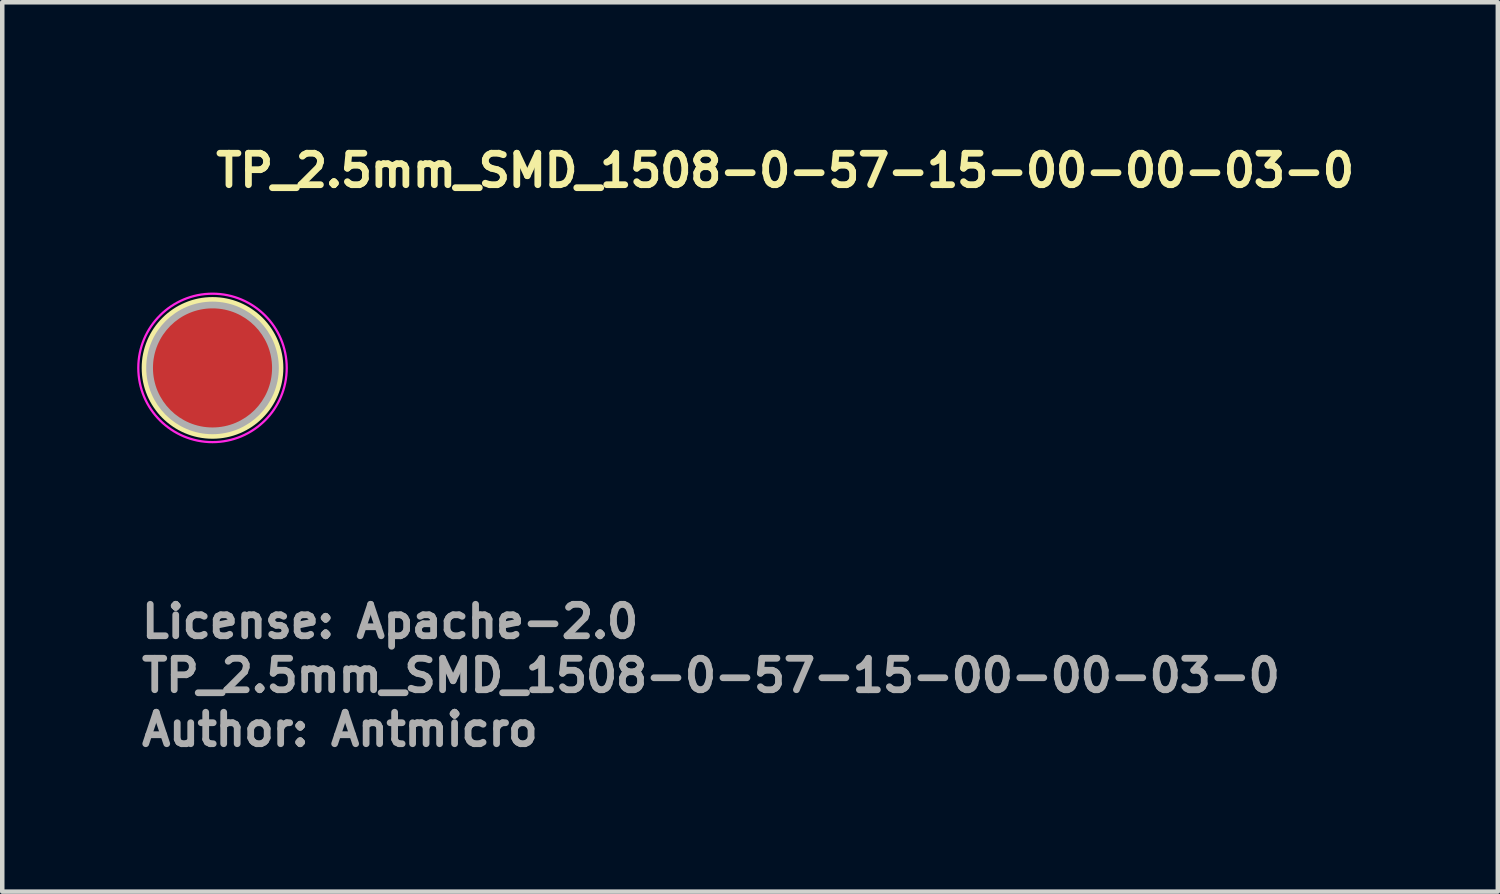
<source format=kicad_pcb>
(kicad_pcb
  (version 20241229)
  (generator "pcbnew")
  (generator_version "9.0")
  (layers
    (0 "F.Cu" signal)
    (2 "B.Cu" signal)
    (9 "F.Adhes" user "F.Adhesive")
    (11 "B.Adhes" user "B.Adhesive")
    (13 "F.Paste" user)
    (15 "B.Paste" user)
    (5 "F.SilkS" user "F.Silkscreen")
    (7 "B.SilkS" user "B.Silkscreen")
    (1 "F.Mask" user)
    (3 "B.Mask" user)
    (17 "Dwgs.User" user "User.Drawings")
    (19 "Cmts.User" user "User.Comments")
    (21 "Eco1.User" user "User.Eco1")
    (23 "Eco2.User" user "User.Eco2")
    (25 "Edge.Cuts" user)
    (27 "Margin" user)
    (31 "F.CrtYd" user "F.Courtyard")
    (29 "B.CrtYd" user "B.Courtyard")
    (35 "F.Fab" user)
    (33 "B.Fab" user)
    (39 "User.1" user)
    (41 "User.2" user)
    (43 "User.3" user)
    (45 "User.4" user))
  (footprint "TP_2.5mm_SMD_1508-0-57-15-00-00-03-0"
    (layer "F.Cu")
    (at 1.675 5.13)
    (property "Reference" "TP_2.5mm_SMD_1508-0-57-15-00-00-03-0" (at 0 -3.98 0) (layer "F.SilkS") (effects (font (size 0.7 0.7) (thickness 0.15)) (justify left bottom)))
    (attr smd)
    (fp_circle (center 0 0) (end 1.5 0) (stroke (width 0.15) (type solid)) (fill no) (layer "F.SilkS"))
    (fp_circle (center 0 0) (end 1.65 0) (stroke (width 0.05) (type solid)) (fill no) (layer "F.CrtYd"))
    (fp_circle (center 0 0) (end 1.399 0) (stroke (width 0.15) (type solid)) (fill no) (layer "F.Fab"))
    (fp_line (start -1.27 0) (end -1.27 0) (stroke (width 0.02) (type solid)) (layer "User.9"))
    (fp_line (start -1.27 0) (end -1.268 0.065) (stroke (width 0.02) (type solid)) (layer "User.9"))
    (fp_line (start -1.268 -0.065) (end -1.27 0) (stroke (width 0.02) (type solid)) (layer "User.9"))
    (fp_line (start -1.268 0.065) (end -1.263 0.129) (stroke (width 0.02) (type solid)) (layer "User.9"))
    (fp_line (start -1.263 -0.129) (end -1.268 -0.065) (stroke (width 0.02) (type solid)) (layer "User.9"))
    (fp_line (start -1.263 0.129) (end -1.255 0.193) (stroke (width 0.02) (type solid)) (layer "User.9"))
    (fp_line (start -1.255 -0.193) (end -1.263 -0.129) (stroke (width 0.02) (type solid)) (layer "User.9"))
    (fp_line (start -1.255 0.193) (end -1.244 0.255) (stroke (width 0.02) (type solid)) (layer "User.9"))
    (fp_line (start -1.244 -0.255) (end -1.255 -0.193) (stroke (width 0.02) (type solid)) (layer "User.9"))
    (fp_line (start -1.244 0.255) (end -1.23 0.317) (stroke (width 0.02) (type solid)) (layer "User.9"))
    (fp_line (start -1.23 -0.317) (end -1.244 -0.255) (stroke (width 0.02) (type solid)) (layer "User.9"))
    (fp_line (start -1.23 0.317) (end -1.212 0.377) (stroke (width 0.02) (type solid)) (layer "User.9"))
    (fp_line (start -1.212 -0.377) (end -1.23 -0.317) (stroke (width 0.02) (type solid)) (layer "User.9"))
    (fp_line (start -1.212 0.377) (end -1.192 0.436) (stroke (width 0.02) (type solid)) (layer "User.9"))
    (fp_line (start -1.192 -0.436) (end -1.212 -0.377) (stroke (width 0.02) (type solid)) (layer "User.9"))
    (fp_line (start -1.192 0.436) (end -1.17 0.494) (stroke (width 0.02) (type solid)) (layer "User.9"))
    (fp_line (start -1.17 -0.494) (end -1.192 -0.436) (stroke (width 0.02) (type solid)) (layer "User.9"))
    (fp_line (start -1.17 0.494) (end -1.144 0.55) (stroke (width 0.02) (type solid)) (layer "User.9"))
    (fp_line (start -1.144 -0.55) (end -1.17 -0.494) (stroke (width 0.02) (type solid)) (layer "User.9"))
    (fp_line (start -1.144 0.55) (end -1.116 0.605) (stroke (width 0.02) (type solid)) (layer "User.9"))
    (fp_line (start -1.116 -0.605) (end -1.144 -0.55) (stroke (width 0.02) (type solid)) (layer "User.9"))
    (fp_line (start -1.116 0.605) (end -1.086 0.658) (stroke (width 0.02) (type solid)) (layer "User.9"))
    (fp_line (start -1.086 -0.658) (end -1.116 -0.605) (stroke (width 0.02) (type solid)) (layer "User.9"))
    (fp_line (start -1.086 0.658) (end -1.053 0.71) (stroke (width 0.02) (type solid)) (layer "User.9"))
    (fp_line (start -1.053 -0.71) (end -1.086 -0.658) (stroke (width 0.02) (type solid)) (layer "User.9"))
    (fp_line (start -1.053 0.71) (end -1.017 0.759) (stroke (width 0.02) (type solid)) (layer "User.9"))
    (fp_line (start -1.017 -0.759) (end -1.053 -0.71) (stroke (width 0.02) (type solid)) (layer "User.9"))
    (fp_line (start -1.017 0.759) (end -0.979 0.807) (stroke (width 0.02) (type solid)) (layer "User.9"))
    (fp_line (start -0.979 -0.807) (end -1.017 -0.759) (stroke (width 0.02) (type solid)) (layer "User.9"))
    (fp_line (start -0.979 0.807) (end -0.94 0.853) (stroke (width 0.02) (type solid)) (layer "User.9"))
    (fp_line (start -0.94 -0.853) (end -0.979 -0.807) (stroke (width 0.02) (type solid)) (layer "User.9"))
    (fp_line (start -0.94 0.853) (end -0.898 0.898) (stroke (width 0.02) (type solid)) (layer "User.9"))
    (fp_line (start -0.898 -0.898) (end -0.94 -0.853) (stroke (width 0.02) (type solid)) (layer "User.9"))
    (fp_line (start -0.898 0.898) (end -0.853 0.94) (stroke (width 0.02) (type solid)) (layer "User.9"))
    (fp_line (start -0.853 -0.94) (end -0.898 -0.898) (stroke (width 0.02) (type solid)) (layer "User.9"))
    (fp_line (start -0.853 0.94) (end -0.807 0.979) (stroke (width 0.02) (type solid)) (layer "User.9"))
    (fp_line (start -0.807 -0.979) (end -0.853 -0.94) (stroke (width 0.02) (type solid)) (layer "User.9"))
    (fp_line (start -0.807 0.979) (end -0.759 1.017) (stroke (width 0.02) (type solid)) (layer "User.9"))
    (fp_line (start -0.759 -1.017) (end -0.807 -0.979) (stroke (width 0.02) (type solid)) (layer "User.9"))
    (fp_line (start -0.759 1.017) (end -0.71 1.053) (stroke (width 0.02) (type solid)) (layer "User.9"))
    (fp_line (start -0.71 -1.053) (end -0.759 -1.017) (stroke (width 0.02) (type solid)) (layer "User.9"))
    (fp_line (start -0.71 1.053) (end -0.658 1.086) (stroke (width 0.02) (type solid)) (layer "User.9"))
    (fp_line (start -0.658 -1.086) (end -0.71 -1.053) (stroke (width 0.02) (type solid)) (layer "User.9"))
    (fp_line (start -0.658 1.086) (end -0.605 1.116) (stroke (width 0.02) (type solid)) (layer "User.9"))
    (fp_line (start -0.605 -1.116) (end -0.658 -1.086) (stroke (width 0.02) (type solid)) (layer "User.9"))
    (fp_line (start -0.605 1.116) (end -0.55 1.144) (stroke (width 0.02) (type solid)) (layer "User.9"))
    (fp_line (start -0.55 -1.144) (end -0.605 -1.116) (stroke (width 0.02) (type solid)) (layer "User.9"))
    (fp_line (start -0.55 1.144) (end -0.494 1.17) (stroke (width 0.02) (type solid)) (layer "User.9"))
    (fp_line (start -0.494 -1.17) (end -0.55 -1.144) (stroke (width 0.02) (type solid)) (layer "User.9"))
    (fp_line (start -0.494 1.17) (end -0.436 1.192) (stroke (width 0.02) (type solid)) (layer "User.9"))
    (fp_line (start -0.46 0) (end -0.46 0) (stroke (width 0.02) (type solid)) (layer "User.9"))
    (fp_line (start -0.46 0) (end -0.459 0.023) (stroke (width 0.02) (type solid)) (layer "User.9"))
    (fp_line (start -0.459 -0.023) (end -0.46 0) (stroke (width 0.02) (type solid)) (layer "User.9"))
    (fp_line (start -0.459 0.023) (end -0.457 0.047) (stroke (width 0.02) (type solid)) (layer "User.9"))
    (fp_line (start -0.457 -0.047) (end -0.459 -0.023) (stroke (width 0.02) (type solid)) (layer "User.9"))
    (fp_line (start -0.457 0.047) (end -0.454 0.07) (stroke (width 0.02) (type solid)) (layer "User.9"))
    (fp_line (start -0.454 -0.07) (end -0.457 -0.047) (stroke (width 0.02) (type solid)) (layer "User.9"))
    (fp_line (start -0.454 0.07) (end -0.45 0.092) (stroke (width 0.02) (type solid)) (layer "User.9"))
    (fp_line (start -0.45 -0.092) (end -0.454 -0.07) (stroke (width 0.02) (type solid)) (layer "User.9"))
    (fp_line (start -0.45 0.092) (end -0.445 0.114) (stroke (width 0.02) (type solid)) (layer "User.9"))
    (fp_line (start -0.445 -0.114) (end -0.45 -0.092) (stroke (width 0.02) (type solid)) (layer "User.9"))
    (fp_line (start -0.445 0.114) (end -0.439 0.136) (stroke (width 0.02) (type solid)) (layer "User.9"))
    (fp_line (start -0.439 -0.136) (end -0.445 -0.114) (stroke (width 0.02) (type solid)) (layer "User.9"))
    (fp_line (start -0.439 0.136) (end -0.432 0.158) (stroke (width 0.02) (type solid)) (layer "User.9"))
    (fp_line (start -0.436 -1.192) (end -0.494 -1.17) (stroke (width 0.02) (type solid)) (layer "User.9"))
    (fp_line (start -0.436 1.192) (end -0.377 1.212) (stroke (width 0.02) (type solid)) (layer "User.9"))
    (fp_line (start -0.432 -0.158) (end -0.439 -0.136) (stroke (width 0.02) (type solid)) (layer "User.9"))
    (fp_line (start -0.432 0.158) (end -0.423 0.179) (stroke (width 0.02) (type solid)) (layer "User.9"))
    (fp_line (start -0.423 -0.179) (end -0.432 -0.158) (stroke (width 0.02) (type solid)) (layer "User.9"))
    (fp_line (start -0.423 0.179) (end -0.414 0.199) (stroke (width 0.02) (type solid)) (layer "User.9"))
    (fp_line (start -0.414 -0.199) (end -0.423 -0.179) (stroke (width 0.02) (type solid)) (layer "User.9"))
    (fp_line (start -0.414 0.199) (end -0.404 0.219) (stroke (width 0.02) (type solid)) (layer "User.9"))
    (fp_line (start -0.404 -0.219) (end -0.414 -0.199) (stroke (width 0.02) (type solid)) (layer "User.9"))
    (fp_line (start -0.404 0.219) (end -0.393 0.238) (stroke (width 0.02) (type solid)) (layer "User.9"))
    (fp_line (start -0.393 -0.238) (end -0.404 -0.219) (stroke (width 0.02) (type solid)) (layer "User.9"))
    (fp_line (start -0.393 0.238) (end -0.381 0.257) (stroke (width 0.02) (type solid)) (layer "User.9"))
    (fp_line (start -0.381 -0.257) (end -0.393 -0.238) (stroke (width 0.02) (type solid)) (layer "User.9"))
    (fp_line (start -0.381 0.257) (end -0.368 0.275) (stroke (width 0.02) (type solid)) (layer "User.9"))
    (fp_line (start -0.377 -1.212) (end -0.436 -1.192) (stroke (width 0.02) (type solid)) (layer "User.9"))
    (fp_line (start -0.377 1.212) (end -0.317 1.23) (stroke (width 0.02) (type solid)) (layer "User.9"))
    (fp_line (start -0.368 -0.275) (end -0.381 -0.257) (stroke (width 0.02) (type solid)) (layer "User.9"))
    (fp_line (start -0.368 0.275) (end -0.354 0.292) (stroke (width 0.02) (type solid)) (layer "User.9"))
    (fp_line (start -0.354 -0.292) (end -0.368 -0.275) (stroke (width 0.02) (type solid)) (layer "User.9"))
    (fp_line (start -0.354 0.292) (end -0.34 0.309) (stroke (width 0.02) (type solid)) (layer "User.9"))
    (fp_line (start -0.34 -0.309) (end -0.354 -0.292) (stroke (width 0.02) (type solid)) (layer "User.9"))
    (fp_line (start -0.34 0.309) (end -0.325 0.325) (stroke (width 0.02) (type solid)) (layer "User.9"))
    (fp_line (start -0.325 -0.325) (end -0.34 -0.309) (stroke (width 0.02) (type solid)) (layer "User.9"))
    (fp_line (start -0.325 0.325) (end -0.309 0.34) (stroke (width 0.02) (type solid)) (layer "User.9"))
    (fp_line (start -0.317 -1.23) (end -0.377 -1.212) (stroke (width 0.02) (type solid)) (layer "User.9"))
    (fp_line (start -0.317 1.23) (end -0.255 1.244) (stroke (width 0.02) (type solid)) (layer "User.9"))
    (fp_line (start -0.309 -0.34) (end -0.325 -0.325) (stroke (width 0.02) (type solid)) (layer "User.9"))
    (fp_line (start -0.309 0.34) (end -0.292 0.354) (stroke (width 0.02) (type solid)) (layer "User.9"))
    (fp_line (start -0.292 -0.354) (end -0.309 -0.34) (stroke (width 0.02) (type solid)) (layer "User.9"))
    (fp_line (start -0.292 0.354) (end -0.275 0.368) (stroke (width 0.02) (type solid)) (layer "User.9"))
    (fp_line (start -0.275 -0.368) (end -0.292 -0.354) (stroke (width 0.02) (type solid)) (layer "User.9"))
    (fp_line (start -0.275 0.368) (end -0.257 0.381) (stroke (width 0.02) (type solid)) (layer "User.9"))
    (fp_line (start -0.257 -0.381) (end -0.275 -0.368) (stroke (width 0.02) (type solid)) (layer "User.9"))
    (fp_line (start -0.257 0.381) (end -0.238 0.393) (stroke (width 0.02) (type solid)) (layer "User.9"))
    (fp_line (start -0.255 -1.244) (end -0.317 -1.23) (stroke (width 0.02) (type solid)) (layer "User.9"))
    (fp_line (start -0.255 1.244) (end -0.193 1.255) (stroke (width 0.02) (type solid)) (layer "User.9"))
    (fp_line (start -0.238 -0.393) (end -0.257 -0.381) (stroke (width 0.02) (type solid)) (layer "User.9"))
    (fp_line (start -0.238 0.393) (end -0.219 0.404) (stroke (width 0.02) (type solid)) (layer "User.9"))
    (fp_line (start -0.219 -0.404) (end -0.238 -0.393) (stroke (width 0.02) (type solid)) (layer "User.9"))
    (fp_line (start -0.219 0.404) (end -0.199 0.414) (stroke (width 0.02) (type solid)) (layer "User.9"))
    (fp_line (start -0.199 -0.414) (end -0.219 -0.404) (stroke (width 0.02) (type solid)) (layer "User.9"))
    (fp_line (start -0.199 0.414) (end -0.179 0.423) (stroke (width 0.02) (type solid)) (layer "User.9"))
    (fp_line (start -0.193 -1.255) (end -0.255 -1.244) (stroke (width 0.02) (type solid)) (layer "User.9"))
    (fp_line (start -0.193 1.255) (end -0.129 1.263) (stroke (width 0.02) (type solid)) (layer "User.9"))
    (fp_line (start -0.179 -0.423) (end -0.199 -0.414) (stroke (width 0.02) (type solid)) (layer "User.9"))
    (fp_line (start -0.179 0.423) (end -0.158 0.432) (stroke (width 0.02) (type solid)) (layer "User.9"))
    (fp_line (start -0.158 -0.432) (end -0.179 -0.423) (stroke (width 0.02) (type solid)) (layer "User.9"))
    (fp_line (start -0.158 0.432) (end -0.136 0.439) (stroke (width 0.02) (type solid)) (layer "User.9"))
    (fp_line (start -0.136 -0.439) (end -0.158 -0.432) (stroke (width 0.02) (type solid)) (layer "User.9"))
    (fp_line (start -0.136 0.439) (end -0.114 0.445) (stroke (width 0.02) (type solid)) (layer "User.9"))
    (fp_line (start -0.129 -1.263) (end -0.193 -1.255) (stroke (width 0.02) (type solid)) (layer "User.9"))
    (fp_line (start -0.129 1.263) (end -0.065 1.268) (stroke (width 0.02) (type solid)) (layer "User.9"))
    (fp_line (start -0.114 -0.445) (end -0.136 -0.439) (stroke (width 0.02) (type solid)) (layer "User.9"))
    (fp_line (start -0.114 0.445) (end -0.092 0.45) (stroke (width 0.02) (type solid)) (layer "User.9"))
    (fp_line (start -0.092 -0.45) (end -0.114 -0.445) (stroke (width 0.02) (type solid)) (layer "User.9"))
    (fp_line (start -0.092 0.45) (end -0.07 0.454) (stroke (width 0.02) (type solid)) (layer "User.9"))
    (fp_line (start -0.07 -0.454) (end -0.092 -0.45) (stroke (width 0.02) (type solid)) (layer "User.9"))
    (fp_line (start -0.07 0.454) (end -0.047 0.457) (stroke (width 0.02) (type solid)) (layer "User.9"))
    (fp_line (start -0.065 -1.268) (end -0.129 -1.263) (stroke (width 0.02) (type solid)) (layer "User.9"))
    (fp_line (start -0.065 1.268) (end 0 1.27) (stroke (width 0.02) (type solid)) (layer "User.9"))
    (fp_line (start -0.047 -0.457) (end -0.07 -0.454) (stroke (width 0.02) (type solid)) (layer "User.9"))
    (fp_line (start -0.047 0.457) (end -0.023 0.459) (stroke (width 0.02) (type solid)) (layer "User.9"))
    (fp_line (start -0.023 -0.459) (end -0.047 -0.457) (stroke (width 0.02) (type solid)) (layer "User.9"))
    (fp_line (start -0.023 0.459) (end 0 0.46) (stroke (width 0.02) (type solid)) (layer "User.9"))
    (fp_line (start 0 -1.27) (end -0.065 -1.268) (stroke (width 0.02) (type solid)) (layer "User.9"))
    (fp_line (start 0 -1.27) (end 0 -1.27) (stroke (width 0.02) (type solid)) (layer "User.9"))
    (fp_line (start 0 -0.46) (end -0.023 -0.459) (stroke (width 0.02) (type solid)) (layer "User.9"))
    (fp_line (start 0 -0.46) (end 0 -0.46) (stroke (width 0.02) (type solid)) (layer "User.9"))
    (fp_line (start 0 0.46) (end 0 0.46) (stroke (width 0.02) (type solid)) (layer "User.9"))
    (fp_line (start 0 0.46) (end 0.023 0.459) (stroke (width 0.02) (type solid)) (layer "User.9"))
    (fp_line (start 0 1.27) (end 0 1.27) (stroke (width 0.02) (type solid)) (layer "User.9"))
    (fp_line (start 0 1.27) (end 0.065 1.268) (stroke (width 0.02) (type solid)) (layer "User.9"))
    (fp_line (start 0.023 -0.459) (end 0 -0.46) (stroke (width 0.02) (type solid)) (layer "User.9"))
    (fp_line (start 0.023 0.459) (end 0.047 0.457) (stroke (width 0.02) (type solid)) (layer "User.9"))
    (fp_line (start 0.047 -0.457) (end 0.023 -0.459) (stroke (width 0.02) (type solid)) (layer "User.9"))
    (fp_line (start 0.047 0.457) (end 0.07 0.454) (stroke (width 0.02) (type solid)) (layer "User.9"))
    (fp_line (start 0.065 -1.268) (end 0 -1.27) (stroke (width 0.02) (type solid)) (layer "User.9"))
    (fp_line (start 0.065 1.268) (end 0.129 1.263) (stroke (width 0.02) (type solid)) (layer "User.9"))
    (fp_line (start 0.07 -0.454) (end 0.047 -0.457) (stroke (width 0.02) (type solid)) (layer "User.9"))
    (fp_line (start 0.07 0.454) (end 0.092 0.45) (stroke (width 0.02) (type solid)) (layer "User.9"))
    (fp_line (start 0.092 -0.45) (end 0.07 -0.454) (stroke (width 0.02) (type solid)) (layer "User.9"))
    (fp_line (start 0.092 0.45) (end 0.114 0.445) (stroke (width 0.02) (type solid)) (layer "User.9"))
    (fp_line (start 0.114 -0.445) (end 0.092 -0.45) (stroke (width 0.02) (type solid)) (layer "User.9"))
    (fp_line (start 0.114 0.445) (end 0.136 0.439) (stroke (width 0.02) (type solid)) (layer "User.9"))
    (fp_line (start 0.129 -1.263) (end 0.065 -1.268) (stroke (width 0.02) (type solid)) (layer "User.9"))
    (fp_line (start 0.129 1.263) (end 0.193 1.255) (stroke (width 0.02) (type solid)) (layer "User.9"))
    (fp_line (start 0.136 -0.439) (end 0.114 -0.445) (stroke (width 0.02) (type solid)) (layer "User.9"))
    (fp_line (start 0.136 0.439) (end 0.158 0.432) (stroke (width 0.02) (type solid)) (layer "User.9"))
    (fp_line (start 0.158 -0.432) (end 0.136 -0.439) (stroke (width 0.02) (type solid)) (layer "User.9"))
    (fp_line (start 0.158 0.432) (end 0.179 0.423) (stroke (width 0.02) (type solid)) (layer "User.9"))
    (fp_line (start 0.179 -0.423) (end 0.158 -0.432) (stroke (width 0.02) (type solid)) (layer "User.9"))
    (fp_line (start 0.179 0.423) (end 0.199 0.414) (stroke (width 0.02) (type solid)) (layer "User.9"))
    (fp_line (start 0.193 -1.255) (end 0.129 -1.263) (stroke (width 0.02) (type solid)) (layer "User.9"))
    (fp_line (start 0.193 1.255) (end 0.255 1.244) (stroke (width 0.02) (type solid)) (layer "User.9"))
    (fp_line (start 0.199 -0.414) (end 0.179 -0.423) (stroke (width 0.02) (type solid)) (layer "User.9"))
    (fp_line (start 0.199 0.414) (end 0.219 0.404) (stroke (width 0.02) (type solid)) (layer "User.9"))
    (fp_line (start 0.219 -0.404) (end 0.199 -0.414) (stroke (width 0.02) (type solid)) (layer "User.9"))
    (fp_line (start 0.219 0.404) (end 0.238 0.393) (stroke (width 0.02) (type solid)) (layer "User.9"))
    (fp_line (start 0.238 -0.393) (end 0.219 -0.404) (stroke (width 0.02) (type solid)) (layer "User.9"))
    (fp_line (start 0.238 0.393) (end 0.257 0.381) (stroke (width 0.02) (type solid)) (layer "User.9"))
    (fp_line (start 0.255 -1.244) (end 0.193 -1.255) (stroke (width 0.02) (type solid)) (layer "User.9"))
    (fp_line (start 0.255 1.244) (end 0.317 1.23) (stroke (width 0.02) (type solid)) (layer "User.9"))
    (fp_line (start 0.257 -0.381) (end 0.238 -0.393) (stroke (width 0.02) (type solid)) (layer "User.9"))
    (fp_line (start 0.257 0.381) (end 0.275 0.368) (stroke (width 0.02) (type solid)) (layer "User.9"))
    (fp_line (start 0.275 -0.368) (end 0.257 -0.381) (stroke (width 0.02) (type solid)) (layer "User.9"))
    (fp_line (start 0.275 0.368) (end 0.292 0.354) (stroke (width 0.02) (type solid)) (layer "User.9"))
    (fp_line (start 0.292 -0.354) (end 0.275 -0.368) (stroke (width 0.02) (type solid)) (layer "User.9"))
    (fp_line (start 0.292 0.354) (end 0.309 0.34) (stroke (width 0.02) (type solid)) (layer "User.9"))
    (fp_line (start 0.309 -0.34) (end 0.292 -0.354) (stroke (width 0.02) (type solid)) (layer "User.9"))
    (fp_line (start 0.309 0.34) (end 0.325 0.325) (stroke (width 0.02) (type solid)) (layer "User.9"))
    (fp_line (start 0.317 -1.23) (end 0.255 -1.244) (stroke (width 0.02) (type solid)) (layer "User.9"))
    (fp_line (start 0.317 1.23) (end 0.377 1.212) (stroke (width 0.02) (type solid)) (layer "User.9"))
    (fp_line (start 0.325 -0.325) (end 0.309 -0.34) (stroke (width 0.02) (type solid)) (layer "User.9"))
    (fp_line (start 0.325 0.325) (end 0.34 0.309) (stroke (width 0.02) (type solid)) (layer "User.9"))
    (fp_line (start 0.34 -0.309) (end 0.325 -0.325) (stroke (width 0.02) (type solid)) (layer "User.9"))
    (fp_line (start 0.34 0.309) (end 0.354 0.292) (stroke (width 0.02) (type solid)) (layer "User.9"))
    (fp_line (start 0.354 -0.292) (end 0.34 -0.309) (stroke (width 0.02) (type solid)) (layer "User.9"))
    (fp_line (start 0.354 0.292) (end 0.368 0.275) (stroke (width 0.02) (type solid)) (layer "User.9"))
    (fp_line (start 0.368 -0.275) (end 0.354 -0.292) (stroke (width 0.02) (type solid)) (layer "User.9"))
    (fp_line (start 0.368 0.275) (end 0.381 0.257) (stroke (width 0.02) (type solid)) (layer "User.9"))
    (fp_line (start 0.377 -1.212) (end 0.317 -1.23) (stroke (width 0.02) (type solid)) (layer "User.9"))
    (fp_line (start 0.377 1.212) (end 0.436 1.192) (stroke (width 0.02) (type solid)) (layer "User.9"))
    (fp_line (start 0.381 -0.257) (end 0.368 -0.275) (stroke (width 0.02) (type solid)) (layer "User.9"))
    (fp_line (start 0.381 0.257) (end 0.393 0.238) (stroke (width 0.02) (type solid)) (layer "User.9"))
    (fp_line (start 0.393 -0.238) (end 0.381 -0.257) (stroke (width 0.02) (type solid)) (layer "User.9"))
    (fp_line (start 0.393 0.238) (end 0.404 0.219) (stroke (width 0.02) (type solid)) (layer "User.9"))
    (fp_line (start 0.404 -0.219) (end 0.393 -0.238) (stroke (width 0.02) (type solid)) (layer "User.9"))
    (fp_line (start 0.404 0.219) (end 0.414 0.199) (stroke (width 0.02) (type solid)) (layer "User.9"))
    (fp_line (start 0.414 -0.199) (end 0.404 -0.219) (stroke (width 0.02) (type solid)) (layer "User.9"))
    (fp_line (start 0.414 0.199) (end 0.423 0.179) (stroke (width 0.02) (type solid)) (layer "User.9"))
    (fp_line (start 0.423 -0.179) (end 0.414 -0.199) (stroke (width 0.02) (type solid)) (layer "User.9"))
    (fp_line (start 0.423 0.179) (end 0.432 0.158) (stroke (width 0.02) (type solid)) (layer "User.9"))
    (fp_line (start 0.432 -0.158) (end 0.423 -0.179) (stroke (width 0.02) (type solid)) (layer "User.9"))
    (fp_line (start 0.432 0.158) (end 0.439 0.136) (stroke (width 0.02) (type solid)) (layer "User.9"))
    (fp_line (start 0.436 -1.192) (end 0.377 -1.212) (stroke (width 0.02) (type solid)) (layer "User.9"))
    (fp_line (start 0.436 1.192) (end 0.494 1.17) (stroke (width 0.02) (type solid)) (layer "User.9"))
    (fp_line (start 0.439 -0.136) (end 0.432 -0.158) (stroke (width 0.02) (type solid)) (layer "User.9"))
    (fp_line (start 0.439 0.136) (end 0.445 0.114) (stroke (width 0.02) (type solid)) (layer "User.9"))
    (fp_line (start 0.445 -0.114) (end 0.439 -0.136) (stroke (width 0.02) (type solid)) (layer "User.9"))
    (fp_line (start 0.445 0.114) (end 0.45 0.092) (stroke (width 0.02) (type solid)) (layer "User.9"))
    (fp_line (start 0.45 -0.092) (end 0.445 -0.114) (stroke (width 0.02) (type solid)) (layer "User.9"))
    (fp_line (start 0.45 0.092) (end 0.454 0.07) (stroke (width 0.02) (type solid)) (layer "User.9"))
    (fp_line (start 0.454 -0.07) (end 0.45 -0.092) (stroke (width 0.02) (type solid)) (layer "User.9"))
    (fp_line (start 0.454 0.07) (end 0.457 0.047) (stroke (width 0.02) (type solid)) (layer "User.9"))
    (fp_line (start 0.457 -0.047) (end 0.454 -0.07) (stroke (width 0.02) (type solid)) (layer "User.9"))
    (fp_line (start 0.457 0.047) (end 0.459 0.023) (stroke (width 0.02) (type solid)) (layer "User.9"))
    (fp_line (start 0.459 -0.023) (end 0.457 -0.047) (stroke (width 0.02) (type solid)) (layer "User.9"))
    (fp_line (start 0.459 0.023) (end 0.46 0) (stroke (width 0.02) (type solid)) (layer "User.9"))
    (fp_line (start 0.46 0) (end 0.459 -0.023) (stroke (width 0.02) (type solid)) (layer "User.9"))
    (fp_line (start 0.46 0) (end 0.46 0) (stroke (width 0.02) (type solid)) (layer "User.9"))
    (fp_line (start 0.46 0) (end 0.46 0) (stroke (width 0.02) (type solid)) (layer "User.9"))
    (fp_line (start 0.494 -1.17) (end 0.436 -1.192) (stroke (width 0.02) (type solid)) (layer "User.9"))
    (fp_line (start 0.494 1.17) (end 0.55 1.144) (stroke (width 0.02) (type solid)) (layer "User.9"))
    (fp_line (start 0.55 -1.144) (end 0.494 -1.17) (stroke (width 0.02) (type solid)) (layer "User.9"))
    (fp_line (start 0.55 1.144) (end 0.605 1.116) (stroke (width 0.02) (type solid)) (layer "User.9"))
    (fp_line (start 0.605 -1.116) (end 0.55 -1.144) (stroke (width 0.02) (type solid)) (layer "User.9"))
    (fp_line (start 0.605 1.116) (end 0.658 1.086) (stroke (width 0.02) (type solid)) (layer "User.9"))
    (fp_line (start 0.658 -1.086) (end 0.605 -1.116) (stroke (width 0.02) (type solid)) (layer "User.9"))
    (fp_line (start 0.658 1.086) (end 0.71 1.053) (stroke (width 0.02) (type solid)) (layer "User.9"))
    (fp_line (start 0.71 -1.053) (end 0.658 -1.086) (stroke (width 0.02) (type solid)) (layer "User.9"))
    (fp_line (start 0.71 1.053) (end 0.759 1.017) (stroke (width 0.02) (type solid)) (layer "User.9"))
    (fp_line (start 0.759 -1.017) (end 0.71 -1.053) (stroke (width 0.02) (type solid)) (layer "User.9"))
    (fp_line (start 0.759 1.017) (end 0.807 0.979) (stroke (width 0.02) (type solid)) (layer "User.9"))
    (fp_line (start 0.807 -0.979) (end 0.759 -1.017) (stroke (width 0.02) (type solid)) (layer "User.9"))
    (fp_line (start 0.807 0.979) (end 0.853 0.94) (stroke (width 0.02) (type solid)) (layer "User.9"))
    (fp_line (start 0.853 -0.94) (end 0.807 -0.979) (stroke (width 0.02) (type solid)) (layer "User.9"))
    (fp_line (start 0.853 0.94) (end 0.898 0.898) (stroke (width 0.02) (type solid)) (layer "User.9"))
    (fp_line (start 0.898 -0.898) (end 0.853 -0.94) (stroke (width 0.02) (type solid)) (layer "User.9"))
    (fp_line (start 0.898 0.898) (end 0.94 0.853) (stroke (width 0.02) (type solid)) (layer "User.9"))
    (fp_line (start 0.94 -0.853) (end 0.898 -0.898) (stroke (width 0.02) (type solid)) (layer "User.9"))
    (fp_line (start 0.94 0.853) (end 0.979 0.807) (stroke (width 0.02) (type solid)) (layer "User.9"))
    (fp_line (start 0.979 -0.807) (end 0.94 -0.853) (stroke (width 0.02) (type solid)) (layer "User.9"))
    (fp_line (start 0.979 0.807) (end 1.017 0.759) (stroke (width 0.02) (type solid)) (layer "User.9"))
    (fp_line (start 1.017 -0.759) (end 0.979 -0.807) (stroke (width 0.02) (type solid)) (layer "User.9"))
    (fp_line (start 1.017 0.759) (end 1.053 0.71) (stroke (width 0.02) (type solid)) (layer "User.9"))
    (fp_line (start 1.053 -0.71) (end 1.017 -0.759) (stroke (width 0.02) (type solid)) (layer "User.9"))
    (fp_line (start 1.053 0.71) (end 1.086 0.658) (stroke (width 0.02) (type solid)) (layer "User.9"))
    (fp_line (start 1.086 -0.658) (end 1.053 -0.71) (stroke (width 0.02) (type solid)) (layer "User.9"))
    (fp_line (start 1.086 0.658) (end 1.116 0.605) (stroke (width 0.02) (type solid)) (layer "User.9"))
    (fp_line (start 1.116 -0.605) (end 1.086 -0.658) (stroke (width 0.02) (type solid)) (layer "User.9"))
    (fp_line (start 1.116 0.605) (end 1.144 0.55) (stroke (width 0.02) (type solid)) (layer "User.9"))
    (fp_line (start 1.144 -0.55) (end 1.116 -0.605) (stroke (width 0.02) (type solid)) (layer "User.9"))
    (fp_line (start 1.144 0.55) (end 1.17 0.494) (stroke (width 0.02) (type solid)) (layer "User.9"))
    (fp_line (start 1.17 -0.494) (end 1.144 -0.55) (stroke (width 0.02) (type solid)) (layer "User.9"))
    (fp_line (start 1.17 0.494) (end 1.192 0.436) (stroke (width 0.02) (type solid)) (layer "User.9"))
    (fp_line (start 1.192 -0.436) (end 1.17 -0.494) (stroke (width 0.02) (type solid)) (layer "User.9"))
    (fp_line (start 1.192 0.436) (end 1.212 0.377) (stroke (width 0.02) (type solid)) (layer "User.9"))
    (fp_line (start 1.212 -0.377) (end 1.192 -0.436) (stroke (width 0.02) (type solid)) (layer "User.9"))
    (fp_line (start 1.212 0.377) (end 1.23 0.317) (stroke (width 0.02) (type solid)) (layer "User.9"))
    (fp_line (start 1.23 -0.317) (end 1.212 -0.377) (stroke (width 0.02) (type solid)) (layer "User.9"))
    (fp_line (start 1.23 0.317) (end 1.244 0.255) (stroke (width 0.02) (type solid)) (layer "User.9"))
    (fp_line (start 1.244 -0.255) (end 1.23 -0.317) (stroke (width 0.02) (type solid)) (layer "User.9"))
    (fp_line (start 1.244 0.255) (end 1.255 0.193) (stroke (width 0.02) (type solid)) (layer "User.9"))
    (fp_line (start 1.255 -0.193) (end 1.244 -0.255) (stroke (width 0.02) (type solid)) (layer "User.9"))
    (fp_line (start 1.255 0.193) (end 1.263 0.129) (stroke (width 0.02) (type solid)) (layer "User.9"))
    (fp_line (start 1.263 -0.129) (end 1.255 -0.193) (stroke (width 0.02) (type solid)) (layer "User.9"))
    (fp_line (start 1.263 0.129) (end 1.268 0.065) (stroke (width 0.02) (type solid)) (layer "User.9"))
    (fp_line (start 1.268 -0.065) (end 1.263 -0.129) (stroke (width 0.02) (type solid)) (layer "User.9"))
    (fp_line (start 1.268 0.065) (end 1.27 0) (stroke (width 0.02) (type solid)) (layer "User.9"))
    (fp_line (start 1.27 0) (end 1.268 -0.065) (stroke (width 0.02) (type solid)) (layer "User.9"))
    (fp_line (start 1.27 0) (end 1.27 0) (stroke (width 0.02) (type solid)) (layer "User.9"))
    (fp_line (start 1.27 0) (end 1.27 0) (stroke (width 0.02) (type solid)) (layer "User.9"))
    (fp_text user "License: Apache-2.0" (at -1.65 6.049 0) (layer "F.Fab") (effects (font (size 0.7 0.7) (thickness 0.15)) (justify left bottom)))
    (fp_text user "Author: Antmicro" (at -1.65 8.449 0) (layer "F.Fab") (effects (font (size 0.7 0.7) (thickness 0.15)) (justify left bottom)))
    (fp_text user "${REFERENCE}" (at -1.65 7.249 0) (layer "F.Fab") (effects (font (size 0.7 0.7) (thickness 0.15)) (justify left bottom)))
    (pad "1" smd circle (at 0 0) (size 2.79 2.79) (layers "F.Cu" "F.Mask" "F.Paste")))
  (gr_rect
    (start -3 -3)
    (end 30.252 16.774)
    (stroke (width 0.1) (type default))
    (fill no)
    (layer "Edge.Cuts")))
</source>
